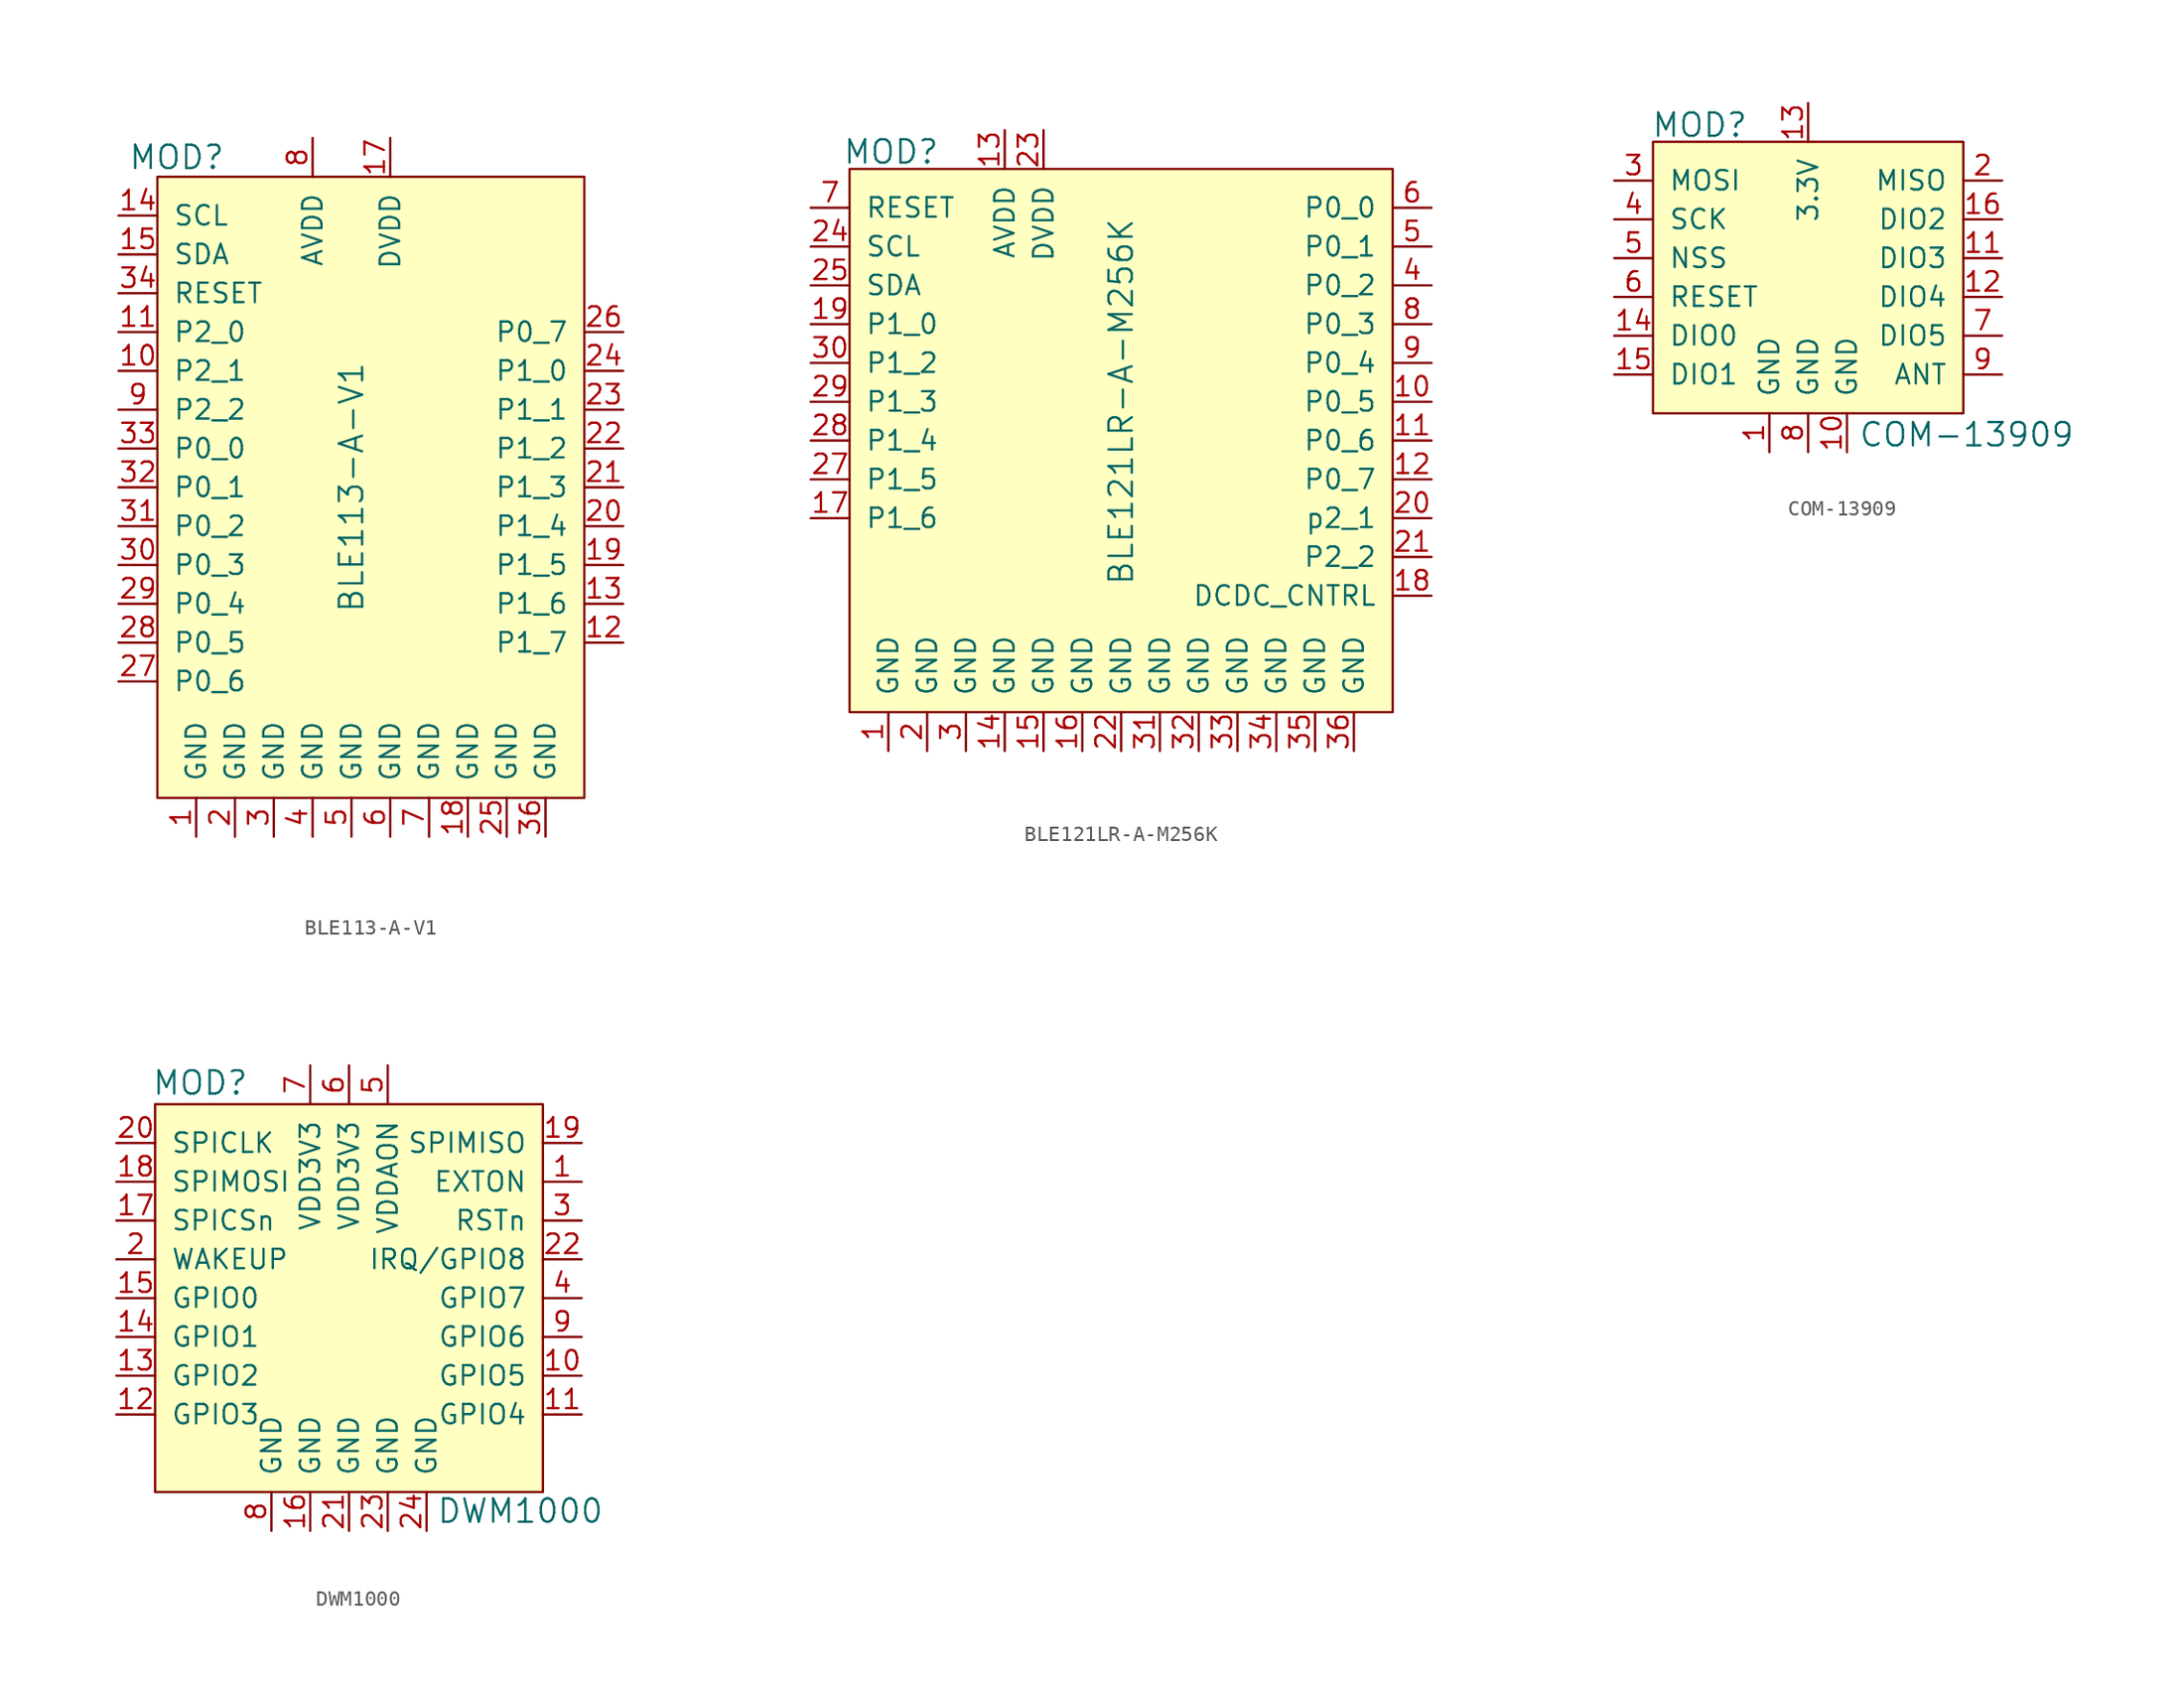
<source format=kicad_sym>
(kicad_symbol_lib
  (version 20201005)
  (generator kicad_symbol_editor)
  (symbol "BLE113-A-V1"
    (pin_names
      (offset 1.016))
    (property "Reference" "MOD"
      (at -11.43 21.59 0)
      (effects (font (size 1.524 1.524))))
    (property "Value" "BLE113-A-V1"
      (at 0 0 90)
      (effects (font (size 1.524 1.524))))
    (symbol "BLE113-A-V1_0_1"
      (rectangle (start -12.7 20.32) (end 15.24 -20.32) (stroke (width 0)) (fill (type background))))
    (symbol "BLE113-A-V1_1_1"
      (pin power_in line (at -10.16 -22.86 90) (length 2.54) (name "GND" (effects (font (size 1.27 1.27)))) (number "1" (effects (font (size 1.27 1.27)))))
      (pin power_in line (at -7.62 -22.86 90) (length 2.54) (name "GND" (effects (font (size 1.27 1.27)))) (number "2" (effects (font (size 1.27 1.27)))))
      (pin power_in line (at -5.08 -22.86 90) (length 2.54) (name "GND" (effects (font (size 1.27 1.27)))) (number "3" (effects (font (size 1.27 1.27)))))
      (pin power_in line (at -2.54 -22.86 90) (length 2.54) (name "GND" (effects (font (size 1.27 1.27)))) (number "4" (effects (font (size 1.27 1.27)))))
      (pin power_in line (at 0 -22.86 90) (length 2.54) (name "GND" (effects (font (size 1.27 1.27)))) (number "5" (effects (font (size 1.27 1.27)))))
      (pin power_in line (at 2.54 -22.86 90) (length 2.54) (name "GND" (effects (font (size 1.27 1.27)))) (number "6" (effects (font (size 1.27 1.27)))))
      (pin power_in line (at 5.08 -22.86 90) (length 2.54) (name "GND" (effects (font (size 1.27 1.27)))) (number "7" (effects (font (size 1.27 1.27)))))
      (pin power_in line (at -2.54 22.86 270) (length 2.54) (name "AVDD" (effects (font (size 1.27 1.27)))) (number "8" (effects (font (size 1.27 1.27)))))
      (pin bidirectional line (at -15.24 5.08 0) (length 2.54) (name "P2_2" (effects (font (size 1.27 1.27)))) (number "9" (effects (font (size 1.27 1.27)))))
      (pin bidirectional line (at -15.24 7.62 0) (length 2.54) (name "P2_1" (effects (font (size 1.27 1.27)))) (number "10" (effects (font (size 1.27 1.27)))))
      (pin power_in line (at 17.78 -2.54 180) (length 2.54) (name "P1_4" (effects (font (size 1.27 1.27)))) (number "20" (effects (font (size 1.27 1.27)))))
      (pin bidirectional line (at -15.24 -5.08 0) (length 2.54) (name "P0_3" (effects (font (size 1.27 1.27)))) (number "30" (effects (font (size 1.27 1.27)))))
      (pin bidirectional line (at -15.24 10.16 0) (length 2.54) (name "P2_0" (effects (font (size 1.27 1.27)))) (number "11" (effects (font (size 1.27 1.27)))))
      (pin power_in line (at 17.78 0 180) (length 2.54) (name "P1_3" (effects (font (size 1.27 1.27)))) (number "21" (effects (font (size 1.27 1.27)))))
      (pin bidirectional line (at -15.24 -2.54 0) (length 2.54) (name "P0_2" (effects (font (size 1.27 1.27)))) (number "31" (effects (font (size 1.27 1.27)))))
      (pin bidirectional line (at 17.78 -10.16 180) (length 2.54) (name "P1_7" (effects (font (size 1.27 1.27)))) (number "12" (effects (font (size 1.27 1.27)))))
      (pin power_in line (at 17.78 2.54 180) (length 2.54) (name "P1_2" (effects (font (size 1.27 1.27)))) (number "22" (effects (font (size 1.27 1.27)))))
      (pin bidirectional line (at -15.24 0 0) (length 2.54) (name "P0_1" (effects (font (size 1.27 1.27)))) (number "32" (effects (font (size 1.27 1.27)))))
      (pin bidirectional line (at 17.78 -7.62 180) (length 2.54) (name "P1_6" (effects (font (size 1.27 1.27)))) (number "13" (effects (font (size 1.27 1.27)))))
      (pin power_in line (at 17.78 5.08 180) (length 2.54) (name "P1_1" (effects (font (size 1.27 1.27)))) (number "23" (effects (font (size 1.27 1.27)))))
      (pin bidirectional line (at -15.24 2.54 0) (length 2.54) (name "P0_0" (effects (font (size 1.27 1.27)))) (number "33" (effects (font (size 1.27 1.27)))))
      (pin bidirectional line (at -15.24 17.78 0) (length 2.54) (name "SCL" (effects (font (size 1.27 1.27)))) (number "14" (effects (font (size 1.27 1.27)))))
      (pin power_in line (at 17.78 7.62 180) (length 2.54) (name "P1_0" (effects (font (size 1.27 1.27)))) (number "24" (effects (font (size 1.27 1.27)))))
      (pin input line (at -15.24 12.7 0) (length 2.54) (name "RESET" (effects (font (size 1.27 1.27)))) (number "34" (effects (font (size 1.27 1.27)))))
      (pin bidirectional line (at -15.24 15.24 0) (length 2.54) (name "SDA" (effects (font (size 1.27 1.27)))) (number "15" (effects (font (size 1.27 1.27)))))
      (pin power_in line (at 10.16 -22.86 90) (length 2.54) (name "GND" (effects (font (size 1.27 1.27)))) (number "25" (effects (font (size 1.27 1.27)))))
      (pin no_connect line (at 15.24 15.24 180) (length 2.54) hide (name "NC" (effects (font (size 1.27 1.27)))) (number "35" (effects (font (size 1.27 1.27)))))
      (pin no_connect line (at 15.24 17.78 180) (length 2.54) hide (name "NC" (effects (font (size 1.27 1.27)))) (number "16" (effects (font (size 1.27 1.27)))))
      (pin bidirectional line (at 17.78 10.16 180) (length 2.54) (name "P0_7" (effects (font (size 1.27 1.27)))) (number "26" (effects (font (size 1.27 1.27)))))
      (pin power_in line (at 12.7 -22.86 90) (length 2.54) (name "GND" (effects (font (size 1.27 1.27)))) (number "36" (effects (font (size 1.27 1.27)))))
      (pin power_in line (at 2.54 22.86 270) (length 2.54) (name "DVDD" (effects (font (size 1.27 1.27)))) (number "17" (effects (font (size 1.27 1.27)))))
      (pin bidirectional line (at -15.24 -12.7 0) (length 2.54) (name "P0_6" (effects (font (size 1.27 1.27)))) (number "27" (effects (font (size 1.27 1.27)))))
      (pin power_in line (at 7.62 -22.86 90) (length 2.54) (name "GND" (effects (font (size 1.27 1.27)))) (number "18" (effects (font (size 1.27 1.27)))))
      (pin bidirectional line (at -15.24 -10.16 0) (length 2.54) (name "P0_5" (effects (font (size 1.27 1.27)))) (number "28" (effects (font (size 1.27 1.27)))))
      (pin power_in line (at 17.78 -5.08 180) (length 2.54) (name "P1_5" (effects (font (size 1.27 1.27)))) (number "19" (effects (font (size 1.27 1.27)))))
      (pin bidirectional line (at -15.24 -7.62 0) (length 2.54) (name "P0_4" (effects (font (size 1.27 1.27)))) (number "29" (effects (font (size 1.27 1.27)))))))
  (symbol "BLE121LR-A-M256K"
    (pin_names
      (offset 1.016))
    (property "Reference" "MOD"
      (at -15.062 16.358 0)
      (effects (font (size 1.524 1.524))))
    (property "Value" "BLE121LR-A-M256K"
      (at 0 0 90)
      (effects (font (size 1.524 1.524))))
    (symbol "BLE121LR-A-M256K_0_1"
      (rectangle (start -17.78 15.24) (end 17.78 -20.32) (stroke (width 0)) (fill (type background))))
    (symbol "BLE121LR-A-M256K_1_1"
      (pin power_in line (at -15.24 -22.86 90) (length 2.54) (name "GND" (effects (font (size 1.27 1.27)))) (number "1" (effects (font (size 1.27 1.27)))))
      (pin power_in line (at -12.7 -22.86 90) (length 2.54) (name "GND" (effects (font (size 1.27 1.27)))) (number "2" (effects (font (size 1.27 1.27)))))
      (pin power_in line (at -10.16 -22.86 90) (length 2.54) (name "GND" (effects (font (size 1.27 1.27)))) (number "3" (effects (font (size 1.27 1.27)))))
      (pin bidirectional line (at 20.32 7.62 180) (length 2.54) (name "P0_2" (effects (font (size 1.27 1.27)))) (number "4" (effects (font (size 1.27 1.27)))))
      (pin bidirectional line (at 20.32 10.16 180) (length 2.54) (name "P0_1" (effects (font (size 1.27 1.27)))) (number "5" (effects (font (size 1.27 1.27)))))
      (pin bidirectional line (at 20.32 12.7 180) (length 2.54) (name "P0_0" (effects (font (size 1.27 1.27)))) (number "6" (effects (font (size 1.27 1.27)))))
      (pin input line (at -20.32 12.7 0) (length 2.54) (name "RESET" (effects (font (size 1.27 1.27)))) (number "7" (effects (font (size 1.27 1.27)))))
      (pin bidirectional line (at 20.32 5.08 180) (length 2.54) (name "P0_3" (effects (font (size 1.27 1.27)))) (number "8" (effects (font (size 1.27 1.27)))))
      (pin bidirectional line (at 20.32 2.54 180) (length 2.54) (name "P0_4" (effects (font (size 1.27 1.27)))) (number "9" (effects (font (size 1.27 1.27)))))
      (pin bidirectional line (at 20.32 0 180) (length 2.54) (name "P0_5" (effects (font (size 1.27 1.27)))) (number "10" (effects (font (size 1.27 1.27)))))
      (pin bidirectional line (at 20.32 -7.62 180) (length 2.54) (name "p2_1" (effects (font (size 1.27 1.27)))) (number "20" (effects (font (size 1.27 1.27)))))
      (pin bidirectional line (at -20.32 2.54 0) (length 2.54) (name "P1_2" (effects (font (size 1.27 1.27)))) (number "30" (effects (font (size 1.27 1.27)))))
      (pin bidirectional line (at 20.32 -2.54 180) (length 2.54) (name "P0_6" (effects (font (size 1.27 1.27)))) (number "11" (effects (font (size 1.27 1.27)))))
      (pin bidirectional line (at 20.32 -10.16 180) (length 2.54) (name "P2_2" (effects (font (size 1.27 1.27)))) (number "21" (effects (font (size 1.27 1.27)))))
      (pin power_in line (at 2.54 -22.86 90) (length 2.54) (name "GND" (effects (font (size 1.27 1.27)))) (number "31" (effects (font (size 1.27 1.27)))))
      (pin bidirectional line (at 20.32 -5.08 180) (length 2.54) (name "P0_7" (effects (font (size 1.27 1.27)))) (number "12" (effects (font (size 1.27 1.27)))))
      (pin power_in line (at 0 -22.86 90) (length 2.54) (name "GND" (effects (font (size 1.27 1.27)))) (number "22" (effects (font (size 1.27 1.27)))))
      (pin power_in line (at 5.08 -22.86 90) (length 2.54) (name "GND" (effects (font (size 1.27 1.27)))) (number "32" (effects (font (size 1.27 1.27)))))
      (pin power_in line (at -7.62 17.78 270) (length 2.54) (name "AVDD" (effects (font (size 1.27 1.27)))) (number "13" (effects (font (size 1.27 1.27)))))
      (pin power_in line (at -5.08 17.78 270) (length 2.54) (name "DVDD" (effects (font (size 1.27 1.27)))) (number "23" (effects (font (size 1.27 1.27)))))
      (pin power_in line (at 7.62 -22.86 90) (length 2.54) (name "GND" (effects (font (size 1.27 1.27)))) (number "33" (effects (font (size 1.27 1.27)))))
      (pin power_in line (at -7.62 -22.86 90) (length 2.54) (name "GND" (effects (font (size 1.27 1.27)))) (number "14" (effects (font (size 1.27 1.27)))))
      (pin input line (at -20.32 10.16 0) (length 2.54) (name "SCL" (effects (font (size 1.27 1.27)))) (number "24" (effects (font (size 1.27 1.27)))))
      (pin power_in line (at 10.16 -22.86 90) (length 2.54) (name "GND" (effects (font (size 1.27 1.27)))) (number "34" (effects (font (size 1.27 1.27)))))
      (pin power_in line (at -5.08 -22.86 90) (length 2.54) (name "GND" (effects (font (size 1.27 1.27)))) (number "15" (effects (font (size 1.27 1.27)))))
      (pin bidirectional line (at -20.32 7.62 0) (length 2.54) (name "SDA" (effects (font (size 1.27 1.27)))) (number "25" (effects (font (size 1.27 1.27)))))
      (pin power_in line (at 12.7 -22.86 90) (length 2.54) (name "GND" (effects (font (size 1.27 1.27)))) (number "35" (effects (font (size 1.27 1.27)))))
      (pin power_in line (at -2.54 -22.86 90) (length 2.54) (name "GND" (effects (font (size 1.27 1.27)))) (number "16" (effects (font (size 1.27 1.27)))))
      (pin no_connect line (at -17.78 -12.7 0) (length 2.54) hide (name "NC" (effects (font (size 1.27 1.27)))) (number "26" (effects (font (size 1.27 1.27)))))
      (pin power_in line (at 15.24 -22.86 90) (length 2.54) (name "GND" (effects (font (size 1.27 1.27)))) (number "36" (effects (font (size 1.27 1.27)))))
      (pin bidirectional line (at -20.32 -7.62 0) (length 2.54) (name "P1_6" (effects (font (size 1.27 1.27)))) (number "17" (effects (font (size 1.27 1.27)))))
      (pin bidirectional line (at -20.32 -5.08 0) (length 2.54) (name "P1_5" (effects (font (size 1.27 1.27)))) (number "27" (effects (font (size 1.27 1.27)))))
      (pin bidirectional line (at 20.32 -12.7 180) (length 2.54) (name "DCDC_CNTRL" (effects (font (size 1.27 1.27)))) (number "18" (effects (font (size 1.27 1.27)))))
      (pin bidirectional line (at -20.32 -2.54 0) (length 2.54) (name "P1_4" (effects (font (size 1.27 1.27)))) (number "28" (effects (font (size 1.27 1.27)))))
      (pin bidirectional line (at -20.32 5.08 0) (length 2.54) (name "P1_0" (effects (font (size 1.27 1.27)))) (number "19" (effects (font (size 1.27 1.27)))))
      (pin bidirectional line (at -20.32 0 0) (length 2.54) (name "P1_3" (effects (font (size 1.27 1.27)))) (number "29" (effects (font (size 1.27 1.27)))))))
  (symbol "COM-13909"
    (pin_names
      (offset 1.016))
    (property "Reference" "MOD"
      (at -10.287 13.792 0)
      (effects (font (size 1.524 1.524)) (justify left)))
    (property "Value" "COM-13909"
      (at 3.277 -6.477 0)
      (effects (font (size 1.524 1.524)) (justify left)))
    (symbol "COM-13909_1_1"
      (rectangle (start -10.16 12.7) (end 10.16 -5.08) (stroke (width 0)) (fill (type background)))
      (pin power_in line (at -2.54 -7.62 90) (length 2.54) (name "GND" (effects (font (size 1.27 1.27)))) (number "1" (effects (font (size 1.27 1.27)))))
      (pin output line (at 12.7 10.16 180) (length 2.54) (name "MISO" (effects (font (size 1.27 1.27)))) (number "2" (effects (font (size 1.27 1.27)))))
      (pin input line (at -12.7 10.16 0) (length 2.54) (name "MOSI" (effects (font (size 1.27 1.27)))) (number "3" (effects (font (size 1.27 1.27)))))
      (pin input line (at -12.7 7.62 0) (length 2.54) (name "SCK" (effects (font (size 1.27 1.27)))) (number "4" (effects (font (size 1.27 1.27)))))
      (pin input line (at -12.7 5.08 0) (length 2.54) (name "NSS" (effects (font (size 1.27 1.27)))) (number "5" (effects (font (size 1.27 1.27)))))
      (pin input line (at -12.7 2.54 0) (length 2.54) (name "RESET" (effects (font (size 1.27 1.27)))) (number "6" (effects (font (size 1.27 1.27)))))
      (pin bidirectional line (at 12.7 0 180) (length 2.54) (name "DIO5" (effects (font (size 1.27 1.27)))) (number "7" (effects (font (size 1.27 1.27)))))
      (pin power_in line (at 0 -7.62 90) (length 2.54) (name "GND" (effects (font (size 1.27 1.27)))) (number "8" (effects (font (size 1.27 1.27)))))
      (pin bidirectional line (at 12.7 -2.54 180) (length 2.54) (name "ANT" (effects (font (size 1.27 1.27)))) (number "9" (effects (font (size 1.27 1.27)))))
      (pin power_in line (at 2.54 -7.62 90) (length 2.54) (name "GND" (effects (font (size 1.27 1.27)))) (number "10" (effects (font (size 1.27 1.27)))))
      (pin bidirectional line (at 12.7 5.08 180) (length 2.54) (name "DIO3" (effects (font (size 1.27 1.27)))) (number "11" (effects (font (size 1.27 1.27)))))
      (pin bidirectional line (at 12.7 2.54 180) (length 2.54) (name "DIO4" (effects (font (size 1.27 1.27)))) (number "12" (effects (font (size 1.27 1.27)))))
      (pin power_in line (at 0 15.24 270) (length 2.54) (name "3.3V" (effects (font (size 1.27 1.27)))) (number "13" (effects (font (size 1.27 1.27)))))
      (pin bidirectional line (at -12.7 0 0) (length 2.54) (name "DIO0" (effects (font (size 1.27 1.27)))) (number "14" (effects (font (size 1.27 1.27)))))
      (pin bidirectional line (at -12.7 -2.54 0) (length 2.54) (name "DIO1" (effects (font (size 1.27 1.27)))) (number "15" (effects (font (size 1.27 1.27)))))
      (pin bidirectional line (at 12.7 7.62 180) (length 2.54) (name "DIO2" (effects (font (size 1.27 1.27)))) (number "16" (effects (font (size 1.27 1.27)))))))
  (symbol "DWM1000"
    (pin_names
      (offset 1.016))
    (property "Reference" "MOD"
      (at -12.929 21.717 0)
      (effects (font (size 1.524 1.524)) (justify left)))
    (property "Value" "DWM1000"
      (at 5.715 -6.325 0)
      (effects (font (size 1.524 1.524)) (justify left)))
    (symbol "DWM1000_0_1"
      (rectangle (start 12.7 20.32) (end -12.7 -5.08) (stroke (width 0)) (fill (type background))))
    (symbol "DWM1000_1_1"
      (pin output line (at 15.24 15.24 180) (length 2.54) (name "EXTON" (effects (font (size 1.27 1.27)))) (number "1" (effects (font (size 1.27 1.27)))))
      (pin input line (at -15.24 10.16 0) (length 2.54) (name "WAKEUP" (effects (font (size 1.27 1.27)))) (number "2" (effects (font (size 1.27 1.27)))))
      (pin output line (at 15.24 12.7 180) (length 2.54) (name "RSTn" (effects (font (size 1.27 1.27)))) (number "3" (effects (font (size 1.27 1.27)))))
      (pin bidirectional line (at 15.24 7.62 180) (length 2.54) (name "GPIO7" (effects (font (size 1.27 1.27)))) (number "4" (effects (font (size 1.27 1.27)))))
      (pin power_in line (at 2.54 22.86 270) (length 2.54) (name "VDDAON" (effects (font (size 1.27 1.27)))) (number "5" (effects (font (size 1.27 1.27)))))
      (pin power_in line (at 0 22.86 270) (length 2.54) (name "VDD3V3" (effects (font (size 1.27 1.27)))) (number "6" (effects (font (size 1.27 1.27)))))
      (pin power_in line (at -2.54 22.86 270) (length 2.54) (name "VDD3V3" (effects (font (size 1.27 1.27)))) (number "7" (effects (font (size 1.27 1.27)))))
      (pin power_in line (at -5.08 -7.62 90) (length 2.54) (name "GND" (effects (font (size 1.27 1.27)))) (number "8" (effects (font (size 1.27 1.27)))))
      (pin bidirectional line (at 15.24 5.08 180) (length 2.54) (name "GPIO6" (effects (font (size 1.27 1.27)))) (number "9" (effects (font (size 1.27 1.27)))))
      (pin bidirectional line (at 15.24 2.54 180) (length 2.54) (name "GPIO5" (effects (font (size 1.27 1.27)))) (number "10" (effects (font (size 1.27 1.27)))))
      (pin input line (at -15.24 17.78 0) (length 2.54) (name "SPICLK" (effects (font (size 1.27 1.27)))) (number "20" (effects (font (size 1.27 1.27)))))
      (pin bidirectional line (at 15.24 0 180) (length 2.54) (name "GPIO4" (effects (font (size 1.27 1.27)))) (number "11" (effects (font (size 1.27 1.27)))))
      (pin power_in line (at 0 -7.62 90) (length 2.54) (name "GND" (effects (font (size 1.27 1.27)))) (number "21" (effects (font (size 1.27 1.27)))))
      (pin bidirectional line (at -15.24 0 0) (length 2.54) (name "GPIO3" (effects (font (size 1.27 1.27)))) (number "12" (effects (font (size 1.27 1.27)))))
      (pin bidirectional line (at 15.24 10.16 180) (length 2.54) (name "IRQ/GPIO8" (effects (font (size 1.27 1.27)))) (number "22" (effects (font (size 1.27 1.27)))))
      (pin bidirectional line (at -15.24 2.54 0) (length 2.54) (name "GPIO2" (effects (font (size 1.27 1.27)))) (number "13" (effects (font (size 1.27 1.27)))))
      (pin power_in line (at 2.54 -7.62 90) (length 2.54) (name "GND" (effects (font (size 1.27 1.27)))) (number "23" (effects (font (size 1.27 1.27)))))
      (pin bidirectional line (at -15.24 5.08 0) (length 2.54) (name "GPIO1" (effects (font (size 1.27 1.27)))) (number "14" (effects (font (size 1.27 1.27)))))
      (pin power_in line (at 5.08 -7.62 90) (length 2.54) (name "GND" (effects (font (size 1.27 1.27)))) (number "24" (effects (font (size 1.27 1.27)))))
      (pin bidirectional line (at -15.24 7.62 0) (length 2.54) (name "GPIO0" (effects (font (size 1.27 1.27)))) (number "15" (effects (font (size 1.27 1.27)))))
      (pin power_in line (at -2.54 -7.62 90) (length 2.54) (name "GND" (effects (font (size 1.27 1.27)))) (number "16" (effects (font (size 1.27 1.27)))))
      (pin input line (at -15.24 12.7 0) (length 2.54) (name "SPICSn" (effects (font (size 1.27 1.27)))) (number "17" (effects (font (size 1.27 1.27)))))
      (pin input line (at -15.24 15.24 0) (length 2.54) (name "SPIMOSI" (effects (font (size 1.27 1.27)))) (number "18" (effects (font (size 1.27 1.27)))))
      (pin output line (at 15.24 17.78 180) (length 2.54) (name "SPIMISO" (effects (font (size 1.27 1.27)))) (number "19" (effects (font (size 1.27 1.27))))))))
</source>
